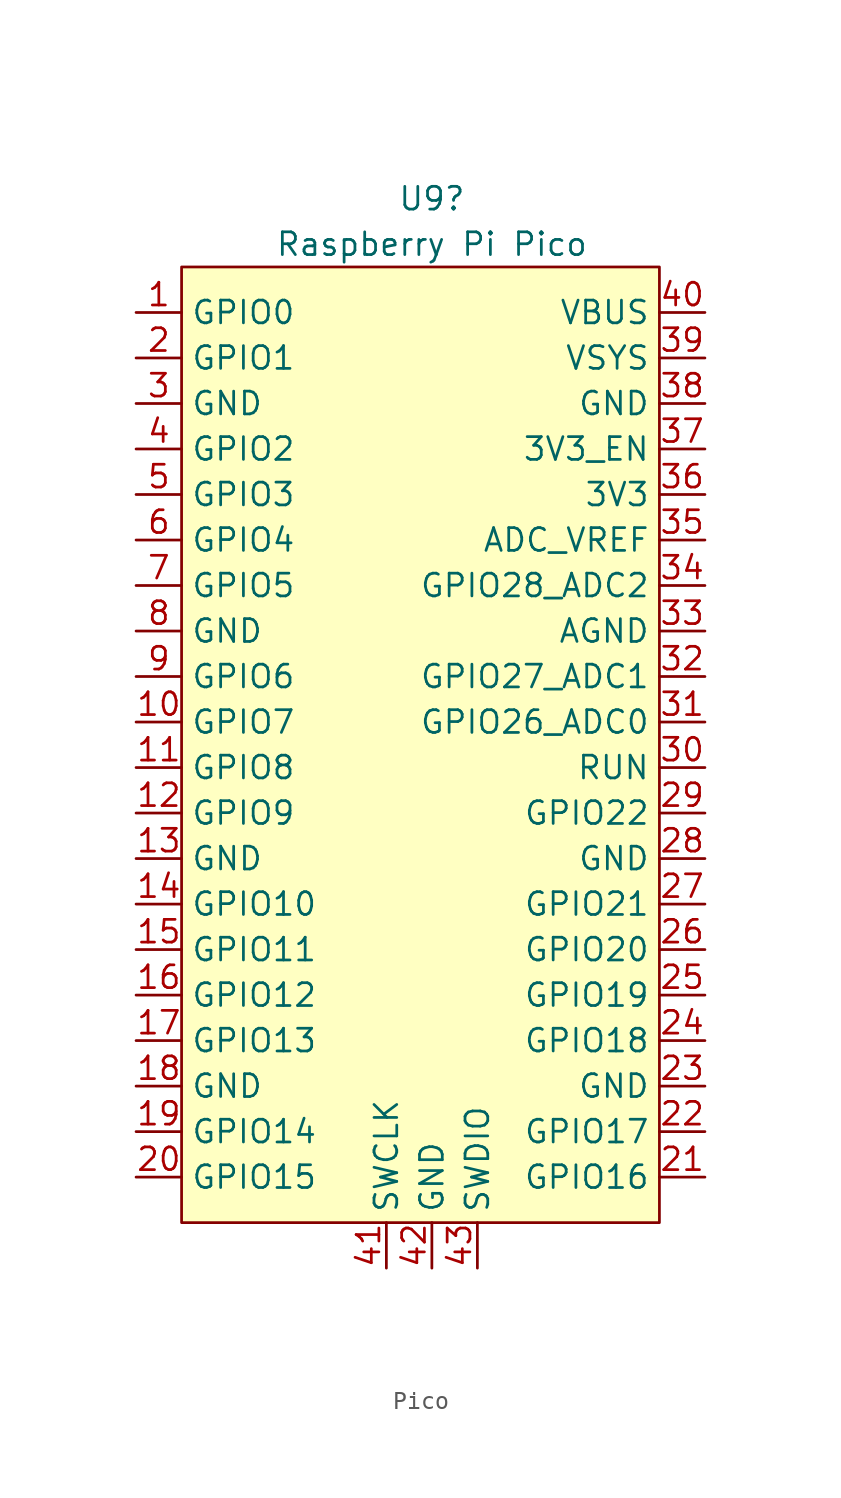
<source format=kicad_sym>
(kicad_symbol_lib
  (version 20220914)
  (generator kicad_symbol_editor)
  (symbol "Pico"
    (property "Reference" "U9"
      (at 0 30.48 0)
      (effects (font (size 1.27 1.27))))
    (property "Value" "Raspberry Pi Pico"
      (at 0 27.94 0)
      (effects (font (size 1.27 1.27))))
    (symbol "Pico_0_1"
      (rectangle (start -13.97 26.67) (end 12.7 -26.67) (stroke (width 0) (type default)) (fill (type background))))
    (symbol "Pico_1_1"
      (pin bidirectional line (at -16.51 24.13 0) (length 2.54) (name "GPIO0" (effects (font (size 1.27 1.27)))) (number "1" (effects (font (size 1.27 1.27)))))
      (pin bidirectional line (at -16.51 1.27 0) (length 2.54) (name "GPIO7" (effects (font (size 1.27 1.27)))) (number "10" (effects (font (size 1.27 1.27)))))
      (pin bidirectional line (at -16.51 -1.27 0) (length 2.54) (name "GPIO8" (effects (font (size 1.27 1.27)))) (number "11" (effects (font (size 1.27 1.27)))))
      (pin bidirectional line (at -16.51 -3.81 0) (length 2.54) (name "GPIO9" (effects (font (size 1.27 1.27)))) (number "12" (effects (font (size 1.27 1.27)))))
      (pin power_in line (at -16.51 -6.35 0) (length 2.54) (name "GND" (effects (font (size 1.27 1.27)))) (number "13" (effects (font (size 1.27 1.27)))))
      (pin bidirectional line (at -16.51 -8.89 0) (length 2.54) (name "GPIO10" (effects (font (size 1.27 1.27)))) (number "14" (effects (font (size 1.27 1.27)))))
      (pin bidirectional line (at -16.51 -11.43 0) (length 2.54) (name "GPIO11" (effects (font (size 1.27 1.27)))) (number "15" (effects (font (size 1.27 1.27)))))
      (pin bidirectional line (at -16.51 -13.97 0) (length 2.54) (name "GPIO12" (effects (font (size 1.27 1.27)))) (number "16" (effects (font (size 1.27 1.27)))))
      (pin bidirectional line (at -16.51 -16.51 0) (length 2.54) (name "GPIO13" (effects (font (size 1.27 1.27)))) (number "17" (effects (font (size 1.27 1.27)))))
      (pin power_in line (at -16.51 -19.05 0) (length 2.54) (name "GND" (effects (font (size 1.27 1.27)))) (number "18" (effects (font (size 1.27 1.27)))))
      (pin bidirectional line (at -16.51 -21.59 0) (length 2.54) (name "GPIO14" (effects (font (size 1.27 1.27)))) (number "19" (effects (font (size 1.27 1.27)))))
      (pin bidirectional line (at -16.51 21.59 0) (length 2.54) (name "GPIO1" (effects (font (size 1.27 1.27)))) (number "2" (effects (font (size 1.27 1.27)))))
      (pin bidirectional line (at -16.51 -24.13 0) (length 2.54) (name "GPIO15" (effects (font (size 1.27 1.27)))) (number "20" (effects (font (size 1.27 1.27)))))
      (pin bidirectional line (at 15.24 -24.13 180) (length 2.54) (name "GPIO16" (effects (font (size 1.27 1.27)))) (number "21" (effects (font (size 1.27 1.27)))))
      (pin bidirectional line (at 15.24 -21.59 180) (length 2.54) (name "GPIO17" (effects (font (size 1.27 1.27)))) (number "22" (effects (font (size 1.27 1.27)))))
      (pin power_in line (at 15.24 -19.05 180) (length 2.54) (name "GND" (effects (font (size 1.27 1.27)))) (number "23" (effects (font (size 1.27 1.27)))))
      (pin bidirectional line (at 15.24 -16.51 180) (length 2.54) (name "GPIO18" (effects (font (size 1.27 1.27)))) (number "24" (effects (font (size 1.27 1.27)))))
      (pin bidirectional line (at 15.24 -13.97 180) (length 2.54) (name "GPIO19" (effects (font (size 1.27 1.27)))) (number "25" (effects (font (size 1.27 1.27)))))
      (pin bidirectional line (at 15.24 -11.43 180) (length 2.54) (name "GPIO20" (effects (font (size 1.27 1.27)))) (number "26" (effects (font (size 1.27 1.27)))))
      (pin bidirectional line (at 15.24 -8.89 180) (length 2.54) (name "GPIO21" (effects (font (size 1.27 1.27)))) (number "27" (effects (font (size 1.27 1.27)))))
      (pin power_in line (at 15.24 -6.35 180) (length 2.54) (name "GND" (effects (font (size 1.27 1.27)))) (number "28" (effects (font (size 1.27 1.27)))))
      (pin bidirectional line (at 15.24 -3.81 180) (length 2.54) (name "GPIO22" (effects (font (size 1.27 1.27)))) (number "29" (effects (font (size 1.27 1.27)))))
      (pin power_in line (at -16.51 19.05 0) (length 2.54) (name "GND" (effects (font (size 1.27 1.27)))) (number "3" (effects (font (size 1.27 1.27)))))
      (pin input line (at 15.24 -1.27 180) (length 2.54) (name "RUN" (effects (font (size 1.27 1.27)))) (number "30" (effects (font (size 1.27 1.27)))))
      (pin bidirectional line (at 15.24 1.27 180) (length 2.54) (name "GPIO26_ADC0" (effects (font (size 1.27 1.27)))) (number "31" (effects (font (size 1.27 1.27)))))
      (pin bidirectional line (at 15.24 3.81 180) (length 2.54) (name "GPIO27_ADC1" (effects (font (size 1.27 1.27)))) (number "32" (effects (font (size 1.27 1.27)))))
      (pin power_in line (at 15.24 6.35 180) (length 2.54) (name "AGND" (effects (font (size 1.27 1.27)))) (number "33" (effects (font (size 1.27 1.27)))))
      (pin bidirectional line (at 15.24 8.89 180) (length 2.54) (name "GPIO28_ADC2" (effects (font (size 1.27 1.27)))) (number "34" (effects (font (size 1.27 1.27)))))
      (pin power_in line (at 15.24 11.43 180) (length 2.54) (name "ADC_VREF" (effects (font (size 1.27 1.27)))) (number "35" (effects (font (size 1.27 1.27)))))
      (pin power_in line (at 15.24 13.97 180) (length 2.54) (name "3V3" (effects (font (size 1.27 1.27)))) (number "36" (effects (font (size 1.27 1.27)))))
      (pin input line (at 15.24 16.51 180) (length 2.54) (name "3V3_EN" (effects (font (size 1.27 1.27)))) (number "37" (effects (font (size 1.27 1.27)))))
      (pin bidirectional line (at 15.24 19.05 180) (length 2.54) (name "GND" (effects (font (size 1.27 1.27)))) (number "38" (effects (font (size 1.27 1.27)))))
      (pin power_in line (at 15.24 21.59 180) (length 2.54) (name "VSYS" (effects (font (size 1.27 1.27)))) (number "39" (effects (font (size 1.27 1.27)))))
      (pin bidirectional line (at -16.51 16.51 0) (length 2.54) (name "GPIO2" (effects (font (size 1.27 1.27)))) (number "4" (effects (font (size 1.27 1.27)))))
      (pin power_in line (at 15.24 24.13 180) (length 2.54) (name "VBUS" (effects (font (size 1.27 1.27)))) (number "40" (effects (font (size 1.27 1.27)))))
      (pin input line (at -2.54 -29.21 90) (length 2.54) (name "SWCLK" (effects (font (size 1.27 1.27)))) (number "41" (effects (font (size 1.27 1.27)))))
      (pin power_in line (at 0 -29.21 90) (length 2.54) (name "GND" (effects (font (size 1.27 1.27)))) (number "42" (effects (font (size 1.27 1.27)))))
      (pin bidirectional line (at 2.54 -29.21 90) (length 2.54) (name "SWDIO" (effects (font (size 1.27 1.27)))) (number "43" (effects (font (size 1.27 1.27)))))
      (pin bidirectional line (at -16.51 13.97 0) (length 2.54) (name "GPIO3" (effects (font (size 1.27 1.27)))) (number "5" (effects (font (size 1.27 1.27)))))
      (pin bidirectional line (at -16.51 11.43 0) (length 2.54) (name "GPIO4" (effects (font (size 1.27 1.27)))) (number "6" (effects (font (size 1.27 1.27)))))
      (pin bidirectional line (at -16.51 8.89 0) (length 2.54) (name "GPIO5" (effects (font (size 1.27 1.27)))) (number "7" (effects (font (size 1.27 1.27)))))
      (pin power_in line (at -16.51 6.35 0) (length 2.54) (name "GND" (effects (font (size 1.27 1.27)))) (number "8" (effects (font (size 1.27 1.27)))))
      (pin bidirectional line (at -16.51 3.81 0) (length 2.54) (name "GPIO6" (effects (font (size 1.27 1.27)))) (number "9" (effects (font (size 1.27 1.27))))))))
</source>
